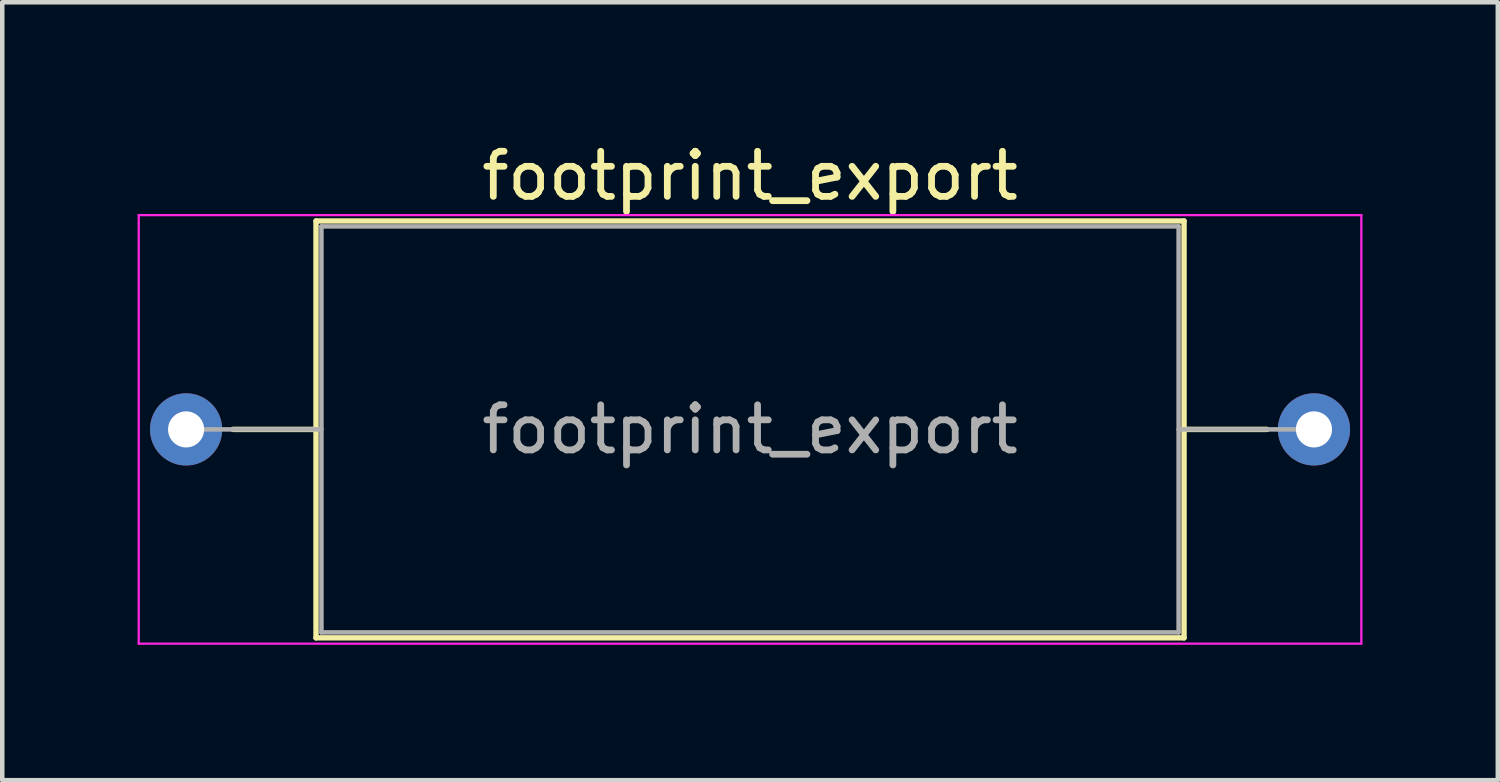
<source format=kicad_pcb>
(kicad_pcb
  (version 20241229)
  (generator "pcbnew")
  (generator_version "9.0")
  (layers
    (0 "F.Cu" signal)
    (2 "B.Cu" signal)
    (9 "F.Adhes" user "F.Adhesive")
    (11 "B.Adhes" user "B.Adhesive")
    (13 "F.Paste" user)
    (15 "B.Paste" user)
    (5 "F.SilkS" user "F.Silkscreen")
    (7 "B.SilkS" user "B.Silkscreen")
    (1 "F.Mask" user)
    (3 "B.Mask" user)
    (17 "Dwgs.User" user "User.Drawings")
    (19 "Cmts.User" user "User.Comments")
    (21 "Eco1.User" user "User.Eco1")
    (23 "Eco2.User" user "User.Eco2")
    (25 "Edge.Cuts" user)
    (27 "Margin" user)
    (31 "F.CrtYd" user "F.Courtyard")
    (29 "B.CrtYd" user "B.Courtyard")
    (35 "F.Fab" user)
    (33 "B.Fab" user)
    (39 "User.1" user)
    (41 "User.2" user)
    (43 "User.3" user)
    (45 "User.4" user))
  (footprint "footprint_export"
    (layer "F.Cu")
    (at 1.075 6.468)
    (property "Reference" "footprint_export" (at 12.5 -5.62 0) (layer "F.SilkS") (effects (font (size 1 1) (thickness 0.15))))
    (attr through_hole)
    (fp_line (start 1.04 0) (end 2.88 0) (stroke (width 0.12) (type solid)) (layer "F.SilkS"))
    (fp_line (start 2.88 -4.62) (end 2.88 4.62) (stroke (width 0.12) (type solid)) (layer "F.SilkS"))
    (fp_line (start 2.88 4.62) (end 22.12 4.62) (stroke (width 0.12) (type solid)) (layer "F.SilkS"))
    (fp_line (start 22.12 -4.62) (end 2.88 -4.62) (stroke (width 0.12) (type solid)) (layer "F.SilkS"))
    (fp_line (start 22.12 4.62) (end 22.12 -4.62) (stroke (width 0.12) (type solid)) (layer "F.SilkS"))
    (fp_line (start 23.96 0) (end 22.12 0) (stroke (width 0.12) (type solid)) (layer "F.SilkS"))
    (fp_line (start -1.05 -4.75) (end -1.05 4.75) (stroke (width 0.05) (type solid)) (layer "F.CrtYd"))
    (fp_line (start -1.05 4.75) (end 26.05 4.75) (stroke (width 0.05) (type solid)) (layer "F.CrtYd"))
    (fp_line (start 26.05 -4.75) (end -1.05 -4.75) (stroke (width 0.05) (type solid)) (layer "F.CrtYd"))
    (fp_line (start 26.05 4.75) (end 26.05 -4.75) (stroke (width 0.05) (type solid)) (layer "F.CrtYd"))
    (fp_line (start 0 0) (end 3 0) (stroke (width 0.1) (type solid)) (layer "F.Fab"))
    (fp_line (start 3 -4.5) (end 3 4.5) (stroke (width 0.1) (type solid)) (layer "F.Fab"))
    (fp_line (start 3 4.5) (end 22 4.5) (stroke (width 0.1) (type solid)) (layer "F.Fab"))
    (fp_line (start 22 -4.5) (end 3 -4.5) (stroke (width 0.1) (type solid)) (layer "F.Fab"))
    (fp_line (start 22 4.5) (end 22 -4.5) (stroke (width 0.1) (type solid)) (layer "F.Fab"))
    (fp_line (start 25 0) (end 22 0) (stroke (width 0.1) (type solid)) (layer "F.Fab"))
    (fp_text user "${REFERENCE}" (at 12.5 0 0) (layer "F.Fab") (effects (font (size 1 1) (thickness 0.15))))
    (pad "1" thru_hole circle (at 0 0) (size 1.6 1.6) (drill 0.8) (layers "*.Cu" "*.Mask"))
    (pad "2" thru_hole oval (at 25 0) (size 1.6 1.6) (drill 0.8) (layers "*.Cu" "*.Mask")))
  (gr_rect
    (start -3 -3)
    (end 30.15 14.243)
    (stroke (width 0.1) (type default))
    (fill no)
    (layer "Edge.Cuts")))
</source>
